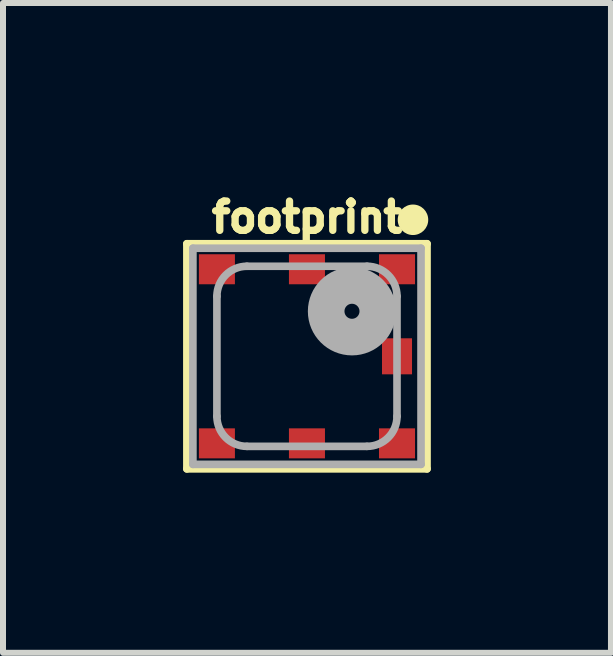
<source format=kicad_pcb>
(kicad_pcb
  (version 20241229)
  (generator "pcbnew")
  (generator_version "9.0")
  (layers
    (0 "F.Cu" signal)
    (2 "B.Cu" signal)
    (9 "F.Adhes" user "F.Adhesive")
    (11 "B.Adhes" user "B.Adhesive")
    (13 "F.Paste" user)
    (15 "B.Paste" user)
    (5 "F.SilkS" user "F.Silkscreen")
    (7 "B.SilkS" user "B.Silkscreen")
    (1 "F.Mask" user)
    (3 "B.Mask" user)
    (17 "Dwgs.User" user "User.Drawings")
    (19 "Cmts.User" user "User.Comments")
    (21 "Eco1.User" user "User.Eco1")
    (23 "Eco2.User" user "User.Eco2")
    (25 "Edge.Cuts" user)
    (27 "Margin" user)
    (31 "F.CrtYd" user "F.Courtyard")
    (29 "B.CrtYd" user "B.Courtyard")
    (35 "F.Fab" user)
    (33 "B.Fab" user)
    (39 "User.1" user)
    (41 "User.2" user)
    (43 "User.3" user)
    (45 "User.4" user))
  (footprint "footprint"
    (layer "F.Cu")
    (at 2.063 2.885)
    (property "Reference" "footprint" (at 0 -2.032 0) (layer "F.SilkS") (effects (font (size 0.488 0.488) (thickness 0.122)) (justify bottom)))
    (fp_line (start -2 -1.875) (end -2 1.875) (stroke (width 0.127) (type solid)) (layer "F.SilkS"))
    (fp_line (start -2 1.875) (end 2 1.875) (stroke (width 0.127) (type solid)) (layer "F.SilkS"))
    (fp_line (start 2 -1.875) (end -2 -1.875) (stroke (width 0.127) (type solid)) (layer "F.SilkS"))
    (fp_line (start 2 1.875) (end 2 -1.875) (stroke (width 0.127) (type solid)) (layer "F.SilkS"))
    (fp_circle (center 1.766 -2.274) (end 1.893 -2.274) (stroke (width 0.254) (type solid)) (fill yes) (layer "F.SilkS"))
    (fp_line (start -1.9 -1.8) (end -1.9 1.8) (stroke (width 0.127) (type solid)) (layer "F.Fab"))
    (fp_line (start -1.9 1.8) (end 1.9 1.8) (stroke (width 0.127) (type solid)) (layer "F.Fab"))
    (fp_line (start -1.5 -1) (end -1.5 1) (stroke (width 0.127) (type solid)) (layer "F.Fab"))
    (fp_line (start -1 1.5) (end 1 1.5) (stroke (width 0.127) (type solid)) (layer "F.Fab"))
    (fp_line (start 1 -1.5) (end -1 -1.5) (stroke (width 0.127) (type solid)) (layer "F.Fab"))
    (fp_line (start 1.5 1) (end 1.5 -1) (stroke (width 0.127) (type solid)) (layer "F.Fab"))
    (fp_line (start 1.9 -1.8) (end -1.9 -1.8) (stroke (width 0.127) (type solid)) (layer "F.Fab"))
    (fp_line (start 1.9 1.8) (end 1.9 -1.8) (stroke (width 0.127) (type solid)) (layer "F.Fab"))
    (fp_arc (start -1.5 -1) (mid -1.353553 -1.353553) (end -1 -1.5) (stroke (width 0.127) (type solid)) (layer "F.Fab"))
    (fp_arc (start -1 1.5) (mid -1.353553 1.353553) (end -1.5 1) (stroke (width 0.127) (type solid)) (layer "F.Fab"))
    (fp_arc (start 1 -1.5) (mid 1.353553 -1.353553) (end 1.5 -1) (stroke (width 0.127) (type solid)) (layer "F.Fab"))
    (fp_arc (start 1.5 1) (mid 1.353553 1.353553) (end 1 1.5) (stroke (width 0.127) (type solid)) (layer "F.Fab"))
    (fp_circle (center 0.75 -0.75) (end 0.875 -0.75) (stroke (width 0.61) (type solid)) (fill no) (layer "F.Fab"))
    (pad "1" smd rect (at 1.5 -1.45 90) (size 0.5 0.6) (layers "F.Cu" "F.Mask" "F.Paste"))
    (pad "2" smd rect (at 0 -1.45 90) (size 0.5 0.6) (layers "F.Cu" "F.Mask" "F.Paste"))
    (pad "3" smd rect (at -1.5 -1.45 90) (size 0.5 0.6) (layers "F.Cu" "F.Mask" "F.Paste"))
    (pad "4" smd rect (at -1.5 1.45 90) (size 0.5 0.6) (layers "F.Cu" "F.Mask" "F.Paste"))
    (pad "5" smd rect (at 0 1.45 90) (size 0.5 0.6) (layers "F.Cu" "F.Mask" "F.Paste"))
    (pad "6" smd rect (at 1.5 1.45 90) (size 0.5 0.6) (layers "F.Cu" "F.Mask" "F.Paste"))
    (pad "7" smd rect (at 1.5 0 180) (size 0.5 0.6) (layers "F.Cu" "F.Mask" "F.Paste")))
  (gr_rect
    (start -3 -3)
    (end 7.127 7.824)
    (stroke (width 0.1) (type default))
    (fill no)
    (layer "Edge.Cuts")))
</source>
